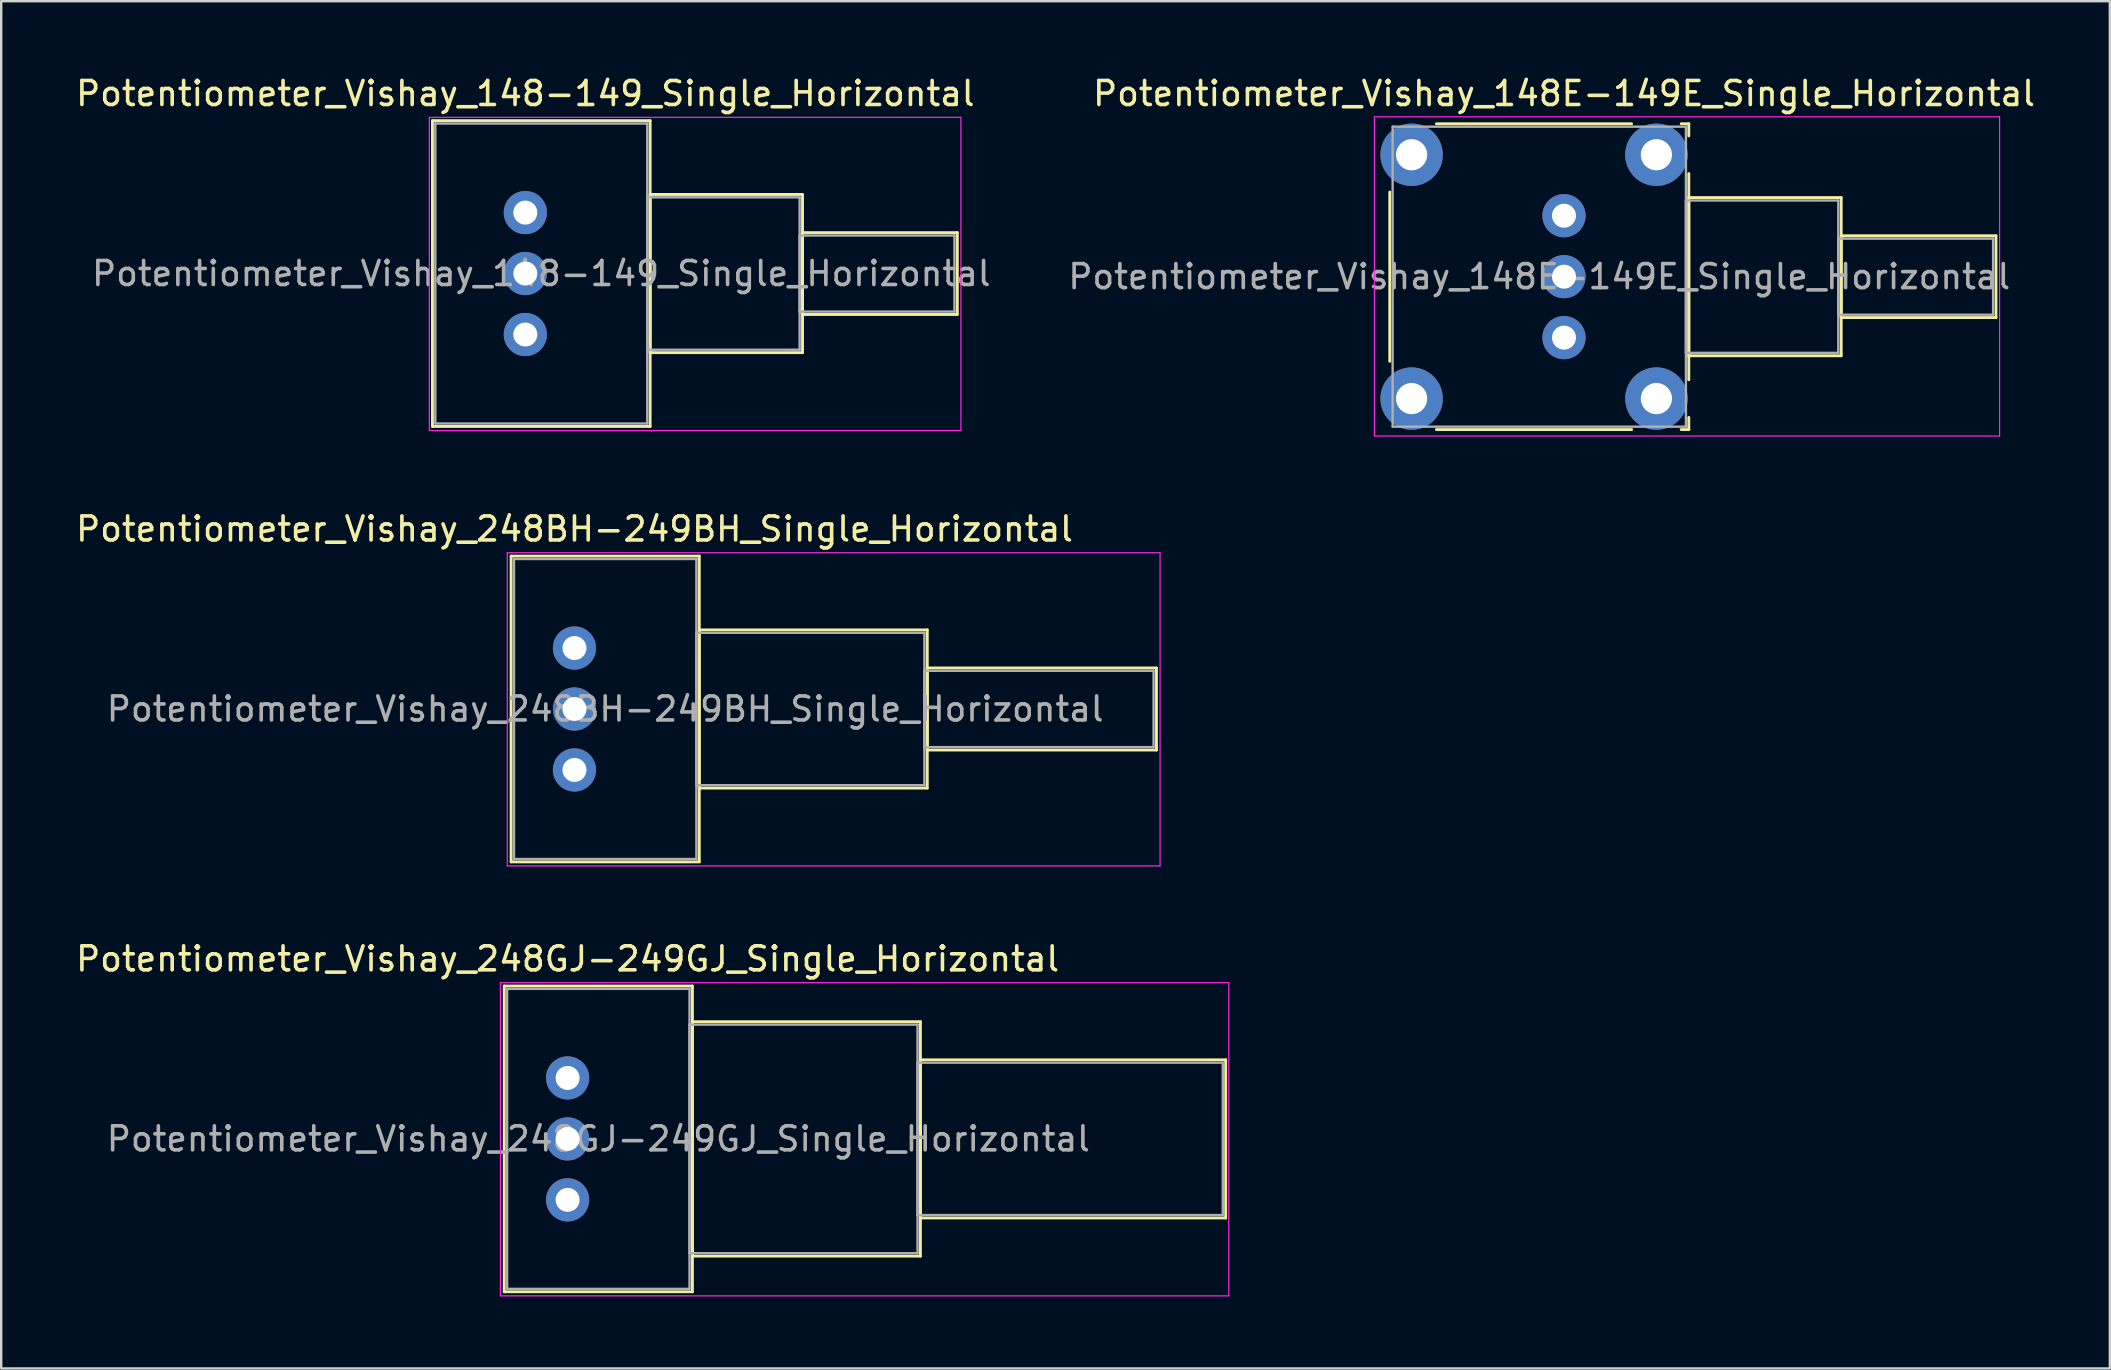
<source format=kicad_pcb>
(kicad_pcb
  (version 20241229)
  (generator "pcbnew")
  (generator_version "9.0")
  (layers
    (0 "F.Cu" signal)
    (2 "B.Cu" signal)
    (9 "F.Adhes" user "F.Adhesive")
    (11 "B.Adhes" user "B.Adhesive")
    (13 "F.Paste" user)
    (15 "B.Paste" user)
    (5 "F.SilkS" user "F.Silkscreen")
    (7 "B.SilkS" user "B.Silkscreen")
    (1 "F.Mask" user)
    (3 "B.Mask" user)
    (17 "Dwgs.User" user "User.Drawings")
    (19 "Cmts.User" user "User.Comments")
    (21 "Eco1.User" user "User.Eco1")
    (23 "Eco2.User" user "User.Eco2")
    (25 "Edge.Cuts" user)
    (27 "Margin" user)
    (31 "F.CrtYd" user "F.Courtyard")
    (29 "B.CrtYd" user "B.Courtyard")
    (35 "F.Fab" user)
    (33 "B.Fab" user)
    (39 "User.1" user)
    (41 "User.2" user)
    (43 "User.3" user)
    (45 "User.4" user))
  (footprint "Potentiometer_Vishay_148-149_Single_Horizontal"
    (layer "F.Cu")
    (at 18.839 10.888)
    (property "Reference" "Potentiometer_Vishay_148-149_Single_Horizontal" (at 0 -10.04 0) (layer "F.SilkS") (effects (font (size 1 1) (thickness 0.15))))
    (attr through_hole)
    (fp_line (start -3.87 -8.91) (end -3.87 3.83) (stroke (width 0.12) (type solid)) (layer "F.SilkS"))
    (fp_line (start -3.87 -8.91) (end 5.2 -8.91) (stroke (width 0.12) (type solid)) (layer "F.SilkS"))
    (fp_line (start -3.87 3.83) (end 5.2 3.83) (stroke (width 0.12) (type solid)) (layer "F.SilkS"))
    (fp_line (start 5.2 -8.91) (end 5.2 3.83) (stroke (width 0.12) (type solid)) (layer "F.SilkS"))
    (fp_line (start 5.2 -5.835) (end 5.2 0.755) (stroke (width 0.12) (type solid)) (layer "F.SilkS"))
    (fp_line (start 5.2 -5.835) (end 11.55 -5.835) (stroke (width 0.12) (type solid)) (layer "F.SilkS"))
    (fp_line (start 5.2 0.755) (end 11.55 0.755) (stroke (width 0.12) (type solid)) (layer "F.SilkS"))
    (fp_line (start 11.55 -5.835) (end 11.55 0.755) (stroke (width 0.12) (type solid)) (layer "F.SilkS"))
    (fp_line (start 11.55 -4.244) (end 11.55 -0.835) (stroke (width 0.12) (type solid)) (layer "F.SilkS"))
    (fp_line (start 11.55 -4.244) (end 18 -4.244) (stroke (width 0.12) (type solid)) (layer "F.SilkS"))
    (fp_line (start 11.55 -0.835) (end 18 -0.835) (stroke (width 0.12) (type solid)) (layer "F.SilkS"))
    (fp_line (start 18 -4.244) (end 18 -0.835) (stroke (width 0.12) (type solid)) (layer "F.SilkS"))
    (fp_line (start -4 -9.05) (end -4 4) (stroke (width 0.05) (type solid)) (layer "F.CrtYd"))
    (fp_line (start -4 4) (end 18.15 4) (stroke (width 0.05) (type solid)) (layer "F.CrtYd"))
    (fp_line (start 18.15 -9.05) (end -4 -9.05) (stroke (width 0.05) (type solid)) (layer "F.CrtYd"))
    (fp_line (start 18.15 4) (end 18.15 -9.05) (stroke (width 0.05) (type solid)) (layer "F.CrtYd"))
    (fp_line (start -3.75 -8.79) (end -3.75 3.71) (stroke (width 0.1) (type solid)) (layer "F.Fab"))
    (fp_line (start -3.75 3.71) (end 5.08 3.71) (stroke (width 0.1) (type solid)) (layer "F.Fab"))
    (fp_line (start 5.08 -8.79) (end -3.75 -8.79) (stroke (width 0.1) (type solid)) (layer "F.Fab"))
    (fp_line (start 5.08 -5.715) (end 5.08 0.635) (stroke (width 0.1) (type solid)) (layer "F.Fab"))
    (fp_line (start 5.08 0.635) (end 11.43 0.635) (stroke (width 0.1) (type solid)) (layer "F.Fab"))
    (fp_line (start 5.08 3.71) (end 5.08 -8.79) (stroke (width 0.1) (type solid)) (layer "F.Fab"))
    (fp_line (start 11.43 -5.715) (end 5.08 -5.715) (stroke (width 0.1) (type solid)) (layer "F.Fab"))
    (fp_line (start 11.43 -4.125) (end 11.43 -0.955) (stroke (width 0.1) (type solid)) (layer "F.Fab"))
    (fp_line (start 11.43 -0.955) (end 17.88 -0.955) (stroke (width 0.1) (type solid)) (layer "F.Fab"))
    (fp_line (start 11.43 0.635) (end 11.43 -5.715) (stroke (width 0.1) (type solid)) (layer "F.Fab"))
    (fp_line (start 17.88 -4.125) (end 11.43 -4.125) (stroke (width 0.1) (type solid)) (layer "F.Fab"))
    (fp_line (start 17.88 -0.955) (end 17.88 -4.125) (stroke (width 0.1) (type solid)) (layer "F.Fab"))
    (fp_text user "${REFERENCE}" (at 0.665 -2.54 0) (layer "F.Fab") (effects (font (size 1 1) (thickness 0.15))))
    (pad "1" thru_hole circle (at 0 0) (size 1.8 1.8) (drill 1) (layers "*.Cu" "*.Mask"))
    (pad "2" thru_hole circle (at 0 -2.54) (size 1.8 1.8) (drill 1) (layers "*.Cu" "*.Mask"))
    (pad "3" thru_hole circle (at 0 -5.08) (size 1.8 1.8) (drill 1) (layers "*.Cu" "*.Mask")))
  (footprint "Potentiometer_Vishay_248BH-249BH_Single_Horizontal"
    (layer "F.Cu")
    (at 20.887 29.032)
    (property "Reference" "Potentiometer_Vishay_248BH-249BH_Single_Horizontal" (at 0 -10.04 0) (layer "F.SilkS") (effects (font (size 1 1) (thickness 0.15))))
    (attr through_hole)
    (fp_line (start -2.64 -8.91) (end -2.64 3.83) (stroke (width 0.12) (type solid)) (layer "F.SilkS"))
    (fp_line (start -2.64 -8.91) (end 5.2 -8.91) (stroke (width 0.12) (type solid)) (layer "F.SilkS"))
    (fp_line (start -2.64 3.83) (end 5.2 3.83) (stroke (width 0.12) (type solid)) (layer "F.SilkS"))
    (fp_line (start 5.2 -8.91) (end 5.2 3.83) (stroke (width 0.12) (type solid)) (layer "F.SilkS"))
    (fp_line (start 5.2 -5.835) (end 5.2 0.755) (stroke (width 0.12) (type solid)) (layer "F.SilkS"))
    (fp_line (start 5.2 -5.835) (end 14.7 -5.835) (stroke (width 0.12) (type solid)) (layer "F.SilkS"))
    (fp_line (start 5.2 0.755) (end 14.7 0.755) (stroke (width 0.12) (type solid)) (layer "F.SilkS"))
    (fp_line (start 14.7 -5.835) (end 14.7 0.755) (stroke (width 0.12) (type solid)) (layer "F.SilkS"))
    (fp_line (start 14.7 -4.249) (end 14.7 -0.83) (stroke (width 0.12) (type solid)) (layer "F.SilkS"))
    (fp_line (start 14.7 -4.249) (end 24.25 -4.249) (stroke (width 0.12) (type solid)) (layer "F.SilkS"))
    (fp_line (start 14.7 -0.83) (end 24.25 -0.83) (stroke (width 0.12) (type solid)) (layer "F.SilkS"))
    (fp_line (start 24.25 -4.249) (end 24.25 -0.83) (stroke (width 0.12) (type solid)) (layer "F.SilkS"))
    (fp_line (start -2.8 -9.05) (end -2.8 4) (stroke (width 0.05) (type solid)) (layer "F.CrtYd"))
    (fp_line (start -2.8 4) (end 24.4 4) (stroke (width 0.05) (type solid)) (layer "F.CrtYd"))
    (fp_line (start 24.4 -9.05) (end -2.8 -9.05) (stroke (width 0.05) (type solid)) (layer "F.CrtYd"))
    (fp_line (start 24.4 4) (end 24.4 -9.05) (stroke (width 0.05) (type solid)) (layer "F.CrtYd"))
    (fp_line (start -2.52 -8.79) (end -2.52 3.71) (stroke (width 0.1) (type solid)) (layer "F.Fab"))
    (fp_line (start -2.52 3.71) (end 5.08 3.71) (stroke (width 0.1) (type solid)) (layer "F.Fab"))
    (fp_line (start 5.08 -8.79) (end -2.52 -8.79) (stroke (width 0.1) (type solid)) (layer "F.Fab"))
    (fp_line (start 5.08 -5.715) (end 5.08 0.635) (stroke (width 0.1) (type solid)) (layer "F.Fab"))
    (fp_line (start 5.08 0.635) (end 14.58 0.635) (stroke (width 0.1) (type solid)) (layer "F.Fab"))
    (fp_line (start 5.08 3.71) (end 5.08 -8.79) (stroke (width 0.1) (type solid)) (layer "F.Fab"))
    (fp_line (start 14.58 -5.715) (end 5.08 -5.715) (stroke (width 0.1) (type solid)) (layer "F.Fab"))
    (fp_line (start 14.58 -4.13) (end 14.58 -0.95) (stroke (width 0.1) (type solid)) (layer "F.Fab"))
    (fp_line (start 14.58 -0.95) (end 24.13 -0.95) (stroke (width 0.1) (type solid)) (layer "F.Fab"))
    (fp_line (start 14.58 0.635) (end 14.58 -5.715) (stroke (width 0.1) (type solid)) (layer "F.Fab"))
    (fp_line (start 24.13 -4.13) (end 14.58 -4.13) (stroke (width 0.1) (type solid)) (layer "F.Fab"))
    (fp_line (start 24.13 -0.95) (end 24.13 -4.13) (stroke (width 0.1) (type solid)) (layer "F.Fab"))
    (fp_text user "${REFERENCE}" (at 1.28 -2.54 0) (layer "F.Fab") (effects (font (size 1 1) (thickness 0.15))))
    (pad "1" thru_hole circle (at 0 0) (size 1.8 1.8) (drill 1) (layers "*.Cu" "*.Mask"))
    (pad "2" thru_hole circle (at 0 -2.54) (size 1.8 1.8) (drill 1) (layers "*.Cu" "*.Mask"))
    (pad "3" thru_hole circle (at 0 -5.08) (size 1.8 1.8) (drill 1) (layers "*.Cu" "*.Mask")))
  (footprint "Potentiometer_Vishay_148E-149E_Single_Horizontal"
    (layer "F.Cu")
    (at 62.118 11.018)
    (property "Reference" "Potentiometer_Vishay_148E-149E_Single_Horizontal" (at 0 -10.17 0) (layer "F.SilkS") (effects (font (size 1 1) (thickness 0.15))))
    (attr through_hole)
    (fp_line (start -7.26 -6.065) (end -7.26 0.985) (stroke (width 0.12) (type solid)) (layer "F.SilkS"))
    (fp_line (start -5.317 -8.91) (end 2.817 -8.91) (stroke (width 0.12) (type solid)) (layer "F.SilkS"))
    (fp_line (start -5.317 3.83) (end 2.817 3.83) (stroke (width 0.12) (type solid)) (layer "F.SilkS"))
    (fp_line (start 4.884 -8.91) (end 5.2 -8.91) (stroke (width 0.12) (type solid)) (layer "F.SilkS"))
    (fp_line (start 4.884 3.83) (end 5.2 3.83) (stroke (width 0.12) (type solid)) (layer "F.SilkS"))
    (fp_line (start 5.2 -8.91) (end 5.2 -8.405) (stroke (width 0.12) (type solid)) (layer "F.SilkS"))
    (fp_line (start 5.2 -6.836) (end 5.2 1.756) (stroke (width 0.12) (type solid)) (layer "F.SilkS"))
    (fp_line (start 5.2 -5.835) (end 5.2 0.755) (stroke (width 0.12) (type solid)) (layer "F.SilkS"))
    (fp_line (start 5.2 -5.835) (end 11.55 -5.835) (stroke (width 0.12) (type solid)) (layer "F.SilkS"))
    (fp_line (start 5.2 0.755) (end 11.55 0.755) (stroke (width 0.12) (type solid)) (layer "F.SilkS"))
    (fp_line (start 5.2 3.326) (end 5.2 3.83) (stroke (width 0.12) (type solid)) (layer "F.SilkS"))
    (fp_line (start 11.55 -5.835) (end 11.55 0.755) (stroke (width 0.12) (type solid)) (layer "F.SilkS"))
    (fp_line (start 11.55 -4.244) (end 11.55 -0.835) (stroke (width 0.12) (type solid)) (layer "F.SilkS"))
    (fp_line (start 11.55 -4.244) (end 18 -4.244) (stroke (width 0.12) (type solid)) (layer "F.SilkS"))
    (fp_line (start 11.55 -0.835) (end 18 -0.835) (stroke (width 0.12) (type solid)) (layer "F.SilkS"))
    (fp_line (start 18 -4.244) (end 18 -0.835) (stroke (width 0.12) (type solid)) (layer "F.SilkS"))
    (fp_line (start -7.9 -9.2) (end -7.9 4.1) (stroke (width 0.05) (type solid)) (layer "F.CrtYd"))
    (fp_line (start -7.9 4.1) (end 18.15 4.1) (stroke (width 0.05) (type solid)) (layer "F.CrtYd"))
    (fp_line (start 18.15 -9.2) (end -7.9 -9.2) (stroke (width 0.05) (type solid)) (layer "F.CrtYd"))
    (fp_line (start 18.15 4.1) (end 18.15 -9.2) (stroke (width 0.05) (type solid)) (layer "F.CrtYd"))
    (fp_line (start -7.14 -8.79) (end -7.14 3.71) (stroke (width 0.1) (type solid)) (layer "F.Fab"))
    (fp_line (start -7.14 3.71) (end 5.08 3.71) (stroke (width 0.1) (type solid)) (layer "F.Fab"))
    (fp_line (start 5.08 -8.79) (end -7.14 -8.79) (stroke (width 0.1) (type solid)) (layer "F.Fab"))
    (fp_line (start 5.08 -5.715) (end 5.08 0.635) (stroke (width 0.1) (type solid)) (layer "F.Fab"))
    (fp_line (start 5.08 0.635) (end 11.43 0.635) (stroke (width 0.1) (type solid)) (layer "F.Fab"))
    (fp_line (start 5.08 3.71) (end 5.08 -8.79) (stroke (width 0.1) (type solid)) (layer "F.Fab"))
    (fp_line (start 11.43 -5.715) (end 5.08 -5.715) (stroke (width 0.1) (type solid)) (layer "F.Fab"))
    (fp_line (start 11.43 -4.125) (end 11.43 -0.955) (stroke (width 0.1) (type solid)) (layer "F.Fab"))
    (fp_line (start 11.43 -0.955) (end 17.88 -0.955) (stroke (width 0.1) (type solid)) (layer "F.Fab"))
    (fp_line (start 11.43 0.635) (end 11.43 -5.715) (stroke (width 0.1) (type solid)) (layer "F.Fab"))
    (fp_line (start 17.88 -4.125) (end 11.43 -4.125) (stroke (width 0.1) (type solid)) (layer "F.Fab"))
    (fp_line (start 17.88 -0.955) (end 17.88 -4.125) (stroke (width 0.1) (type solid)) (layer "F.Fab"))
    (fp_text user "${REFERENCE}" (at -1.03 -2.54 0) (layer "F.Fab") (effects (font (size 1 1) (thickness 0.15))))
    (pad "" thru_hole circle (at -6.35 -7.62) (size 2.6 2.6) (drill 1.3) (layers "*.Cu" "*.Mask"))
    (pad "" thru_hole circle (at -6.35 2.54) (size 2.6 2.6) (drill 1.3) (layers "*.Cu" "*.Mask"))
    (pad "" thru_hole circle (at 3.85 -7.62) (size 2.6 2.6) (drill 1.3) (layers "*.Cu" "*.Mask"))
    (pad "" thru_hole circle (at 3.85 2.54) (size 2.6 2.6) (drill 1.3) (layers "*.Cu" "*.Mask"))
    (pad "1" thru_hole circle (at 0 0) (size 1.8 1.8) (drill 1) (layers "*.Cu" "*.Mask"))
    (pad "2" thru_hole circle (at 0 -2.54) (size 1.8 1.8) (drill 1) (layers "*.Cu" "*.Mask"))
    (pad "3" thru_hole circle (at 0 -5.08) (size 1.8 1.8) (drill 1) (layers "*.Cu" "*.Mask")))
  (footprint "Potentiometer_Vishay_248GJ-249GJ_Single_Horizontal"
    (layer "F.Cu")
    (at 20.601 46.945)
    (property "Reference" "Potentiometer_Vishay_248GJ-249GJ_Single_Horizontal" (at 0 -10.04 0) (layer "F.SilkS") (effects (font (size 1 1) (thickness 0.15))))
    (attr through_hole)
    (fp_line (start -2.64 -8.91) (end -2.64 3.83) (stroke (width 0.12) (type solid)) (layer "F.SilkS"))
    (fp_line (start -2.64 -8.91) (end 5.2 -8.91) (stroke (width 0.12) (type solid)) (layer "F.SilkS"))
    (fp_line (start -2.64 3.83) (end 5.2 3.83) (stroke (width 0.12) (type solid)) (layer "F.SilkS"))
    (fp_line (start 5.2 -8.91) (end 5.2 3.83) (stroke (width 0.12) (type solid)) (layer "F.SilkS"))
    (fp_line (start 5.2 -7.423) (end 5.2 2.343) (stroke (width 0.12) (type solid)) (layer "F.SilkS"))
    (fp_line (start 5.2 -7.423) (end 14.7 -7.423) (stroke (width 0.12) (type solid)) (layer "F.SilkS"))
    (fp_line (start 5.2 2.343) (end 14.7 2.343) (stroke (width 0.12) (type solid)) (layer "F.SilkS"))
    (fp_line (start 14.7 -7.423) (end 14.7 2.343) (stroke (width 0.12) (type solid)) (layer "F.SilkS"))
    (fp_line (start 14.7 -5.835) (end 14.7 0.755) (stroke (width 0.12) (type solid)) (layer "F.SilkS"))
    (fp_line (start 14.7 -5.835) (end 27.42 -5.835) (stroke (width 0.12) (type solid)) (layer "F.SilkS"))
    (fp_line (start 14.7 0.755) (end 27.42 0.755) (stroke (width 0.12) (type solid)) (layer "F.SilkS"))
    (fp_line (start 27.42 -5.835) (end 27.42 0.755) (stroke (width 0.12) (type solid)) (layer "F.SilkS"))
    (fp_line (start -2.8 -9.05) (end -2.8 4) (stroke (width 0.05) (type solid)) (layer "F.CrtYd"))
    (fp_line (start -2.8 4) (end 27.55 4) (stroke (width 0.05) (type solid)) (layer "F.CrtYd"))
    (fp_line (start 27.55 -9.05) (end -2.8 -9.05) (stroke (width 0.05) (type solid)) (layer "F.CrtYd"))
    (fp_line (start 27.55 4) (end 27.55 -9.05) (stroke (width 0.05) (type solid)) (layer "F.CrtYd"))
    (fp_line (start -2.52 -8.79) (end -2.52 3.71) (stroke (width 0.1) (type solid)) (layer "F.Fab"))
    (fp_line (start -2.52 3.71) (end 5.08 3.71) (stroke (width 0.1) (type solid)) (layer "F.Fab"))
    (fp_line (start 5.08 -8.79) (end -2.52 -8.79) (stroke (width 0.1) (type solid)) (layer "F.Fab"))
    (fp_line (start 5.08 -7.303) (end 5.08 2.223) (stroke (width 0.1) (type solid)) (layer "F.Fab"))
    (fp_line (start 5.08 2.223) (end 14.58 2.223) (stroke (width 0.1) (type solid)) (layer "F.Fab"))
    (fp_line (start 5.08 3.71) (end 5.08 -8.79) (stroke (width 0.1) (type solid)) (layer "F.Fab"))
    (fp_line (start 14.58 -7.303) (end 5.08 -7.303) (stroke (width 0.1) (type solid)) (layer "F.Fab"))
    (fp_line (start 14.58 -5.715) (end 14.58 0.635) (stroke (width 0.1) (type solid)) (layer "F.Fab"))
    (fp_line (start 14.58 0.635) (end 27.3 0.635) (stroke (width 0.1) (type solid)) (layer "F.Fab"))
    (fp_line (start 14.58 2.223) (end 14.58 -7.303) (stroke (width 0.1) (type solid)) (layer "F.Fab"))
    (fp_line (start 27.3 -5.715) (end 14.58 -5.715) (stroke (width 0.1) (type solid)) (layer "F.Fab"))
    (fp_line (start 27.3 0.635) (end 27.3 -5.715) (stroke (width 0.1) (type solid)) (layer "F.Fab"))
    (fp_text user "${REFERENCE}" (at 1.28 -2.54 0) (layer "F.Fab") (effects (font (size 1 1) (thickness 0.15))))
    (pad "1" thru_hole circle (at 0 0) (size 1.8 1.8) (drill 1) (layers "*.Cu" "*.Mask"))
    (pad "2" thru_hole circle (at 0 -2.54) (size 1.8 1.8) (drill 1) (layers "*.Cu" "*.Mask"))
    (pad "3" thru_hole circle (at 0 -5.08) (size 1.8 1.8) (drill 1) (layers "*.Cu" "*.Mask")))
  (gr_rect
    (start -3 -3)
    (end 84.862 53.97)
    (stroke (width 0.1) (type default))
    (fill no)
    (layer "Edge.Cuts")))
</source>
